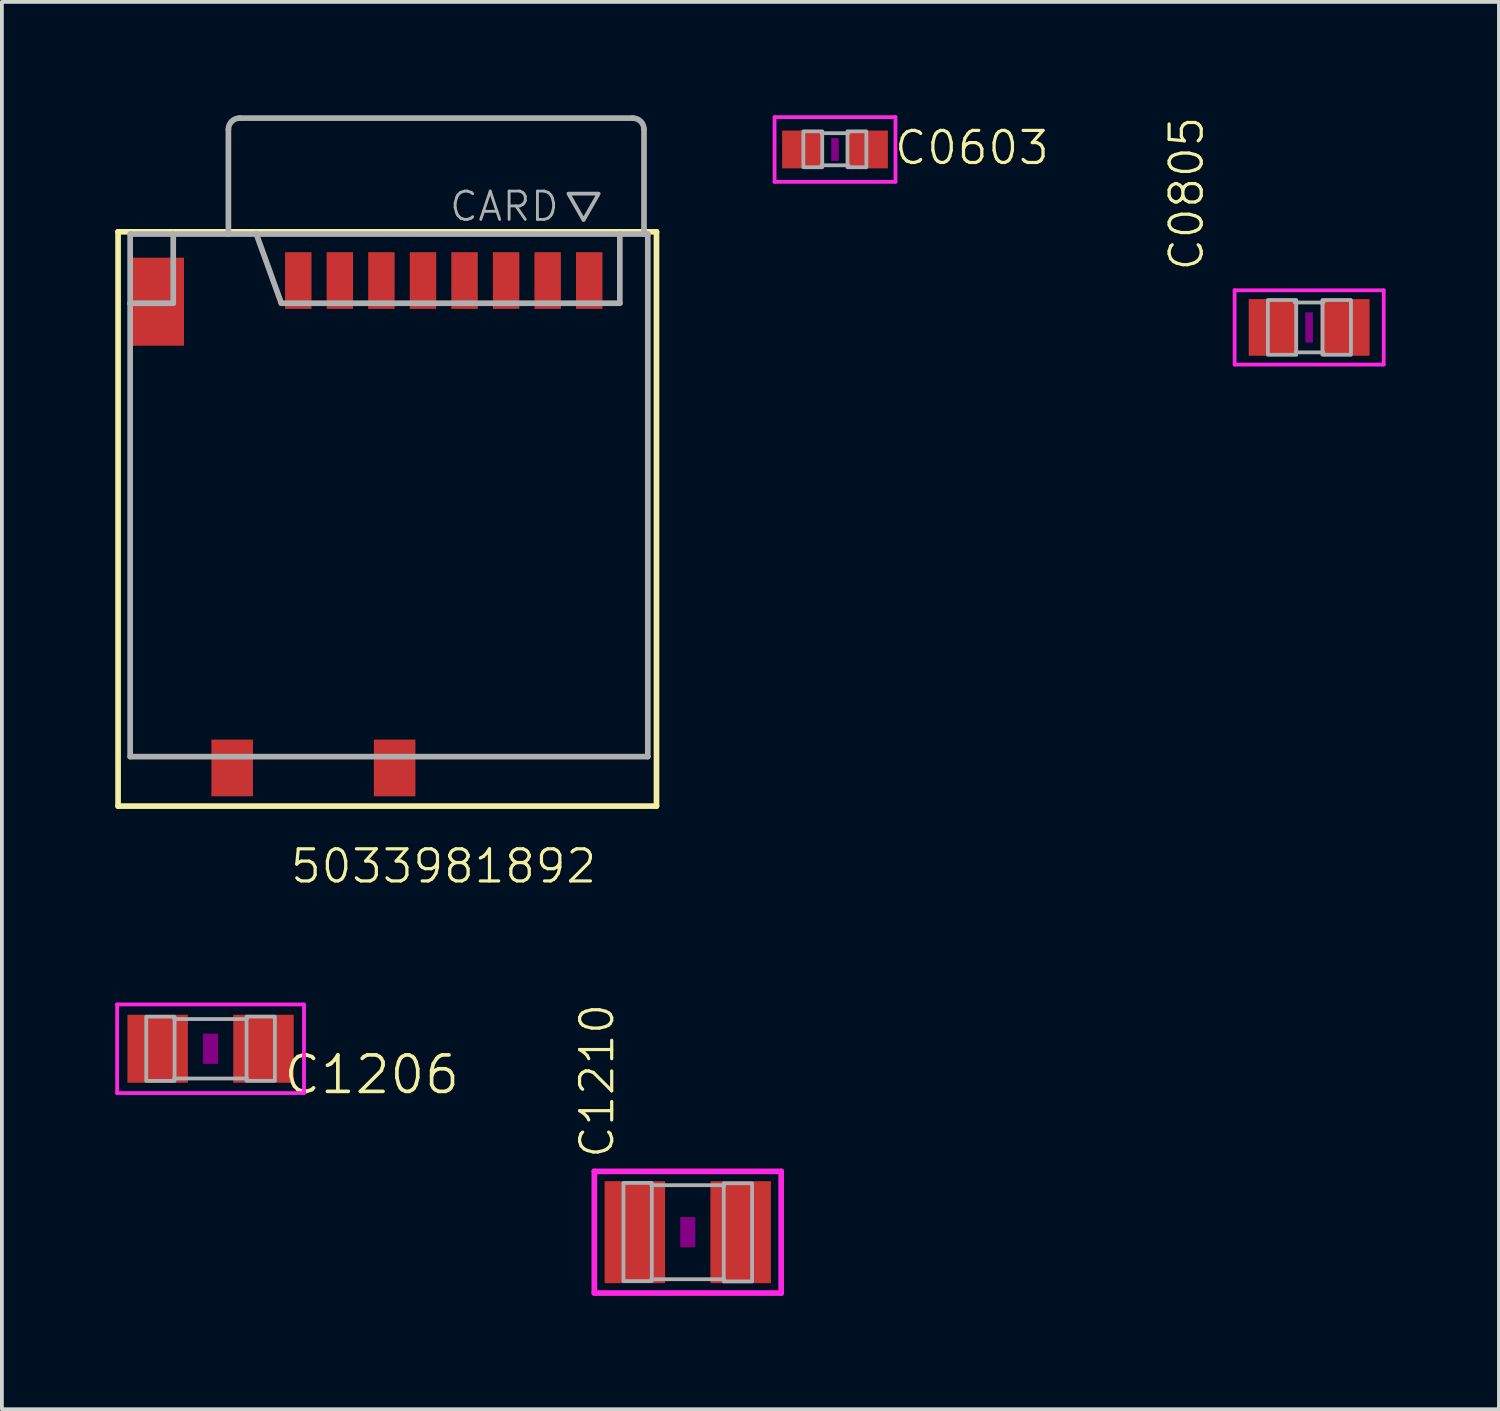
<source format=kicad_pcb>
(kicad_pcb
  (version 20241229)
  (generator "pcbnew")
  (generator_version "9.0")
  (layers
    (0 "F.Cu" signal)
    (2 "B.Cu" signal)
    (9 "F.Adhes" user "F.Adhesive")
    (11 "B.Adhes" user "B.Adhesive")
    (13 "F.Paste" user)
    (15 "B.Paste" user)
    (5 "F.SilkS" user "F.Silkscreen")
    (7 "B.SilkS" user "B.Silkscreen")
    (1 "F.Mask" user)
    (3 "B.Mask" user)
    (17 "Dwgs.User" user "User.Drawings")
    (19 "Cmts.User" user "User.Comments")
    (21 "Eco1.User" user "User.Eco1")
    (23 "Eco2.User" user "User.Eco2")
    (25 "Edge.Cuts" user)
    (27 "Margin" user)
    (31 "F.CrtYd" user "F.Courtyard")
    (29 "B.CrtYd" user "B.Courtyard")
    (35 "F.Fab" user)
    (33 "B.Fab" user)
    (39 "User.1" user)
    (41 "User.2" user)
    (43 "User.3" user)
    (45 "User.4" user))
  (footprint "5033981892"
    (layer "F.Cu")
    (at 0.395 16.975)
    (property "Reference" "5033981892" (at 12.399 2.404 0) (layer "F.SilkS") (effects (font (size 0.85 0.85) (thickness 0.085)) (justify right top)))
    (attr smd)
    (fp_line (start -0.32 -13.89) (end 13.93 -13.89) (stroke (width 0.15) (type solid)) (layer "F.SilkS"))
    (fp_line (start -0.32 1.31) (end -0.32 -13.89) (stroke (width 0.15) (type solid)) (layer "F.SilkS"))
    (fp_line (start 13.93 -13.89) (end 13.93 1.31) (stroke (width 0.15) (type solid)) (layer "F.SilkS"))
    (fp_line (start 13.93 1.31) (end -0.32 1.31) (stroke (width 0.15) (type solid)) (layer "F.SilkS"))
    (fp_line (start 0 -12) (end 0 -13.83) (stroke (width 0.15) (type solid)) (layer "F.Fab"))
    (fp_line (start 0 0) (end 0 -12) (stroke (width 0.15) (type solid)) (layer "F.Fab"))
    (fp_line (start 1.14 -13.83) (end 0 -13.83) (stroke (width 0.15) (type solid)) (layer "F.Fab"))
    (fp_line (start 1.14 -13.83) (end 1.14 -12) (stroke (width 0.15) (type solid)) (layer "F.Fab"))
    (fp_line (start 1.14 -12) (end 0 -12) (stroke (width 0.15) (type solid)) (layer "F.Fab"))
    (fp_line (start 2.6 -16.6) (end 2.6 -13.83) (stroke (width 0.15) (type solid)) (layer "F.Fab"))
    (fp_line (start 2.6 -13.83) (end 1.14 -13.83) (stroke (width 0.15) (type solid)) (layer "F.Fab"))
    (fp_line (start 3.34 -13.83) (end 2.6 -13.83) (stroke (width 0.15) (type solid)) (layer "F.Fab"))
    (fp_line (start 3.34 -13.83) (end 4 -12) (stroke (width 0.15) (type solid)) (layer "F.Fab"))
    (fp_line (start 12.96 -13.83) (end 3.34 -13.83) (stroke (width 0.15) (type solid)) (layer "F.Fab"))
    (fp_line (start 12.96 -13.83) (end 12.96 -12) (stroke (width 0.15) (type solid)) (layer "F.Fab"))
    (fp_line (start 12.96 -12) (end 4 -12) (stroke (width 0.15) (type solid)) (layer "F.Fab"))
    (fp_line (start 13.3 -16.9) (end 2.9 -16.9) (stroke (width 0.15) (type solid)) (layer "F.Fab"))
    (fp_line (start 13.6 -16.6) (end 13.6 -13.83) (stroke (width 0.15) (type solid)) (layer "F.Fab"))
    (fp_line (start 13.6 -13.83) (end 12.96 -13.83) (stroke (width 0.15) (type solid)) (layer "F.Fab"))
    (fp_line (start 13.6 -13.83) (end 13.7 -13.83) (stroke (width 0.15) (type solid)) (layer "F.Fab"))
    (fp_line (start 13.7 -13.83) (end 13.7 0) (stroke (width 0.15) (type solid)) (layer "F.Fab"))
    (fp_line (start 13.7 0) (end 0 0) (stroke (width 0.15) (type solid)) (layer "F.Fab"))
    (fp_arc (start 2.6 -16.6) (mid 2.687868 -16.812132) (end 2.9 -16.9) (stroke (width 0.15) (type solid)) (layer "F.Fab"))
    (fp_arc (start 13.3 -16.9) (mid 13.512132 -16.812132) (end 13.6 -16.6) (stroke (width 0.15) (type solid)) (layer "F.Fab"))
    (fp_poly (pts (xy 12.4 -14.9) (xy 12 -14.2) (xy 11.6 -14.9)) (stroke (width 0.1) (type solid)) (fill no) (layer "F.Fab"))
    (fp_text user "CARD" (at 11.4 -15 0) (layer "F.Fab") (effects (font (size 0.75 0.75) (thickness 0.075)) (justify right top)))
    (pad "1" smd rect (at 4.45 -12.6 180) (size 0.7 1.5) (layers "F.Cu" "F.Mask" "F.Paste"))
    (pad "2" smd rect (at 5.55 -12.6 180) (size 0.7 1.5) (layers "F.Cu" "F.Mask" "F.Paste"))
    (pad "3" smd rect (at 6.65 -12.6 180) (size 0.7 1.5) (layers "F.Cu" "F.Mask" "F.Paste"))
    (pad "4" smd rect (at 7.75 -12.6 180) (size 0.7 1.5) (layers "F.Cu" "F.Mask" "F.Paste"))
    (pad "5" smd rect (at 8.85 -12.6 180) (size 0.7 1.5) (layers "F.Cu" "F.Mask" "F.Paste"))
    (pad "6" smd rect (at 9.95 -12.6 180) (size 0.7 1.5) (layers "F.Cu" "F.Mask" "F.Paste"))
    (pad "7" smd rect (at 11.05 -12.6 180) (size 0.7 1.5) (layers "F.Cu" "F.Mask" "F.Paste"))
    (pad "8" smd rect (at 12.15 -12.6 180) (size 0.7 1.5) (layers "F.Cu" "F.Mask" "F.Paste"))
    (pad "S" smd rect (at 0.7 -12.04 180) (size 1.45 2.33) (layers "F.Cu" "F.Mask" "F.Paste"))
    (pad "SW1" smd rect (at 2.7 0.3 180) (size 1.1 1.5) (layers "F.Cu" "F.Mask" "F.Paste"))
    (pad "SW2" smd rect (at 7 0.3 180) (size 1.1 1.5) (layers "F.Cu" "F.Mask" "F.Paste")))
  (footprint "C0805"
    (layer "F.Cu")
    (at 31.599 5.616)
    (property "Reference" "C0805" (at -2.748 -1.443 270) (layer "F.SilkS") (effects (font (size 0.85 0.85) (thickness 0.085)) (justify left bottom)))
    (attr smd)
    (fp_poly (pts (xy -0.1 0.4) (xy 0.1 0.4) (xy 0.1 -0.4) (xy -0.1 -0.4)) (stroke (width 0) (type solid)) (fill yes) (layer "F.Adhes"))
    (fp_line (start -1.973 -0.983) (end 1.973 -0.983) (stroke (width 0.1) (type solid)) (layer "F.CrtYd"))
    (fp_line (start -1.973 0.983) (end -1.973 -0.983) (stroke (width 0.1) (type solid)) (layer "F.CrtYd"))
    (fp_line (start 1.973 -0.983) (end 1.973 0.983) (stroke (width 0.1) (type solid)) (layer "F.CrtYd"))
    (fp_line (start 1.973 0.983) (end -1.973 0.983) (stroke (width 0.1) (type solid)) (layer "F.CrtYd"))
    (fp_line (start -0.381 -0.66) (end 0.381 -0.66) (stroke (width 0.1) (type solid)) (layer "F.Fab"))
    (fp_line (start -0.356 0.66) (end 0.381 0.66) (stroke (width 0.1) (type solid)) (layer "F.Fab"))
    (fp_poly (pts (xy -1.092 0.724) (xy -0.342 0.724) (xy -0.342 -0.726) (xy -1.092 -0.726)) (stroke (width 0.1) (type solid)) (fill no) (layer "F.Fab"))
    (fp_poly (pts (xy 0.356 0.724) (xy 1.106 0.724) (xy 1.106 -0.726) (xy 0.356 -0.726)) (stroke (width 0.1) (type solid)) (fill no) (layer "F.Fab"))
    (pad "1" smd rect (at -0.95 0) (size 1.3 1.5) (layers "F.Cu" "F.Mask" "F.Paste"))
    (pad "2" smd rect (at 0.95 0) (size 1.3 1.5) (layers "F.Cu" "F.Mask" "F.Paste")))
  (footprint "C1210"
    (layer "F.Cu")
    (at 15.153 29.562)
    (property "Reference" "C1210" (at -1.905 -1.905 270) (layer "F.SilkS") (effects (font (size 0.85 0.85) (thickness 0.085)) (justify left bottom)))
    (attr smd)
    (fp_poly (pts (xy -0.2 0.4) (xy 0.2 0.4) (xy 0.2 -0.4) (xy -0.2 -0.4)) (stroke (width 0) (type solid)) (fill yes) (layer "F.Adhes"))
    (fp_line (start -2.473 -1.61) (end 2.473 -1.61) (stroke (width 0.15) (type solid)) (layer "F.CrtYd"))
    (fp_line (start -2.473 1.61) (end -2.473 -1.61) (stroke (width 0.15) (type solid)) (layer "F.CrtYd"))
    (fp_line (start 2.473 -1.61) (end 2.473 1.61) (stroke (width 0.15) (type solid)) (layer "F.CrtYd"))
    (fp_line (start 2.473 1.61) (end -2.473 1.61) (stroke (width 0.15) (type solid)) (layer "F.CrtYd"))
    (fp_line (start -0.965 -1.245) (end 0.965 -1.245) (stroke (width 0.1) (type solid)) (layer "F.Fab"))
    (fp_line (start -0.965 1.245) (end 0.965 1.245) (stroke (width 0.1) (type solid)) (layer "F.Fab"))
    (fp_poly (pts (xy -1.702 1.295) (xy -0.952 1.295) (xy -0.952 -1.304) (xy -1.702 -1.304)) (stroke (width 0.1) (type solid)) (fill no) (layer "F.Fab"))
    (fp_poly (pts (xy 0.952 1.304) (xy 1.702 1.304) (xy 1.702 -1.295) (xy 0.952 -1.295)) (stroke (width 0.1) (type solid)) (fill no) (layer "F.Fab"))
    (pad "1" smd rect (at -1.4 0) (size 1.6 2.7) (layers "F.Cu" "F.Mask" "F.Paste"))
    (pad "2" smd rect (at 1.4 0) (size 1.6 2.7) (layers "F.Cu" "F.Mask" "F.Paste")))
  (footprint "C1206"
    (layer "F.Cu")
    (at 2.523 24.707)
    (property "Reference" "C1206" (at 1.881 1.251 0) (layer "F.SilkS") (effects (font (size 0.965 0.965) (thickness 0.097)) (justify left bottom)))
    (attr smd)
    (fp_poly (pts (xy -0.2 0.4) (xy 0.2 0.4) (xy 0.2 -0.4) (xy -0.2 -0.4)) (stroke (width 0) (type solid)) (fill yes) (layer "F.Adhes"))
    (fp_line (start -2.473 -1.173) (end 2.473 -1.173) (stroke (width 0.1) (type solid)) (layer "F.CrtYd"))
    (fp_line (start -2.473 1.173) (end -2.473 -1.173) (stroke (width 0.1) (type solid)) (layer "F.CrtYd"))
    (fp_line (start 2.473 -1.173) (end 2.473 1.173) (stroke (width 0.1) (type solid)) (layer "F.CrtYd"))
    (fp_line (start 2.473 1.173) (end -2.473 1.173) (stroke (width 0.1) (type solid)) (layer "F.CrtYd"))
    (fp_line (start -0.965 -0.787) (end 0.965 -0.787) (stroke (width 0.1) (type solid)) (layer "F.Fab"))
    (fp_line (start -0.965 0.787) (end 0.965 0.787) (stroke (width 0.1) (type solid)) (layer "F.Fab"))
    (fp_poly (pts (xy -1.702 0.851) (xy -0.952 0.851) (xy -0.952 -0.849) (xy -1.702 -0.849)) (stroke (width 0.1) (type solid)) (fill no) (layer "F.Fab"))
    (fp_poly (pts (xy 0.952 0.849) (xy 1.702 0.849) (xy 1.702 -0.851) (xy 0.952 -0.851)) (stroke (width 0.1) (type solid)) (fill no) (layer "F.Fab"))
    (pad "1" smd rect (at -1.4 0) (size 1.6 1.8) (layers "F.Cu" "F.Mask" "F.Paste"))
    (pad "2" smd rect (at 1.4 0) (size 1.6 1.8) (layers "F.Cu" "F.Mask" "F.Paste")))
  (footprint "C0603"
    (layer "F.Cu")
    (at 19.05 0.906)
    (property "Reference" "C0603" (at 1.523 0.453 0) (layer "F.SilkS") (effects (font (size 0.85 0.85) (thickness 0.085)) (justify left bottom)))
    (attr smd)
    (fp_poly (pts (xy -0.1 0.3) (xy 0.1 0.3) (xy 0.1 -0.3) (xy -0.1 -0.3)) (stroke (width 0) (type solid)) (fill yes) (layer "F.Adhes"))
    (fp_line (start -1.6 -0.856) (end 1.6 -0.856) (stroke (width 0.1) (type solid)) (layer "F.CrtYd"))
    (fp_line (start -1.6 0.856) (end -1.6 -0.856) (stroke (width 0.1) (type solid)) (layer "F.CrtYd"))
    (fp_line (start 1.6 -0.856) (end 1.6 0.856) (stroke (width 0.1) (type solid)) (layer "F.CrtYd"))
    (fp_line (start 1.6 0.856) (end -1.6 0.856) (stroke (width 0.1) (type solid)) (layer "F.CrtYd"))
    (fp_line (start -0.356 -0.432) (end 0.356 -0.432) (stroke (width 0.1) (type solid)) (layer "F.Fab"))
    (fp_line (start -0.356 0.419) (end 0.356 0.419) (stroke (width 0.1) (type solid)) (layer "F.Fab"))
    (fp_poly (pts (xy -0.838 0.47) (xy -0.338 0.47) (xy -0.338 -0.48) (xy -0.838 -0.48)) (stroke (width 0.1) (type solid)) (fill no) (layer "F.Fab"))
    (fp_poly (pts (xy 0.33 0.47) (xy 0.83 0.47) (xy 0.83 -0.48) (xy 0.33 -0.48)) (stroke (width 0.1) (type solid)) (fill no) (layer "F.Fab"))
    (pad "1" smd rect (at -0.85 0) (size 1.1 1) (layers "F.Cu" "F.Mask" "F.Paste"))
    (pad "2" smd rect (at 0.85 0) (size 1.1 1) (layers "F.Cu" "F.Mask" "F.Paste")))
  (gr_rect
    (start -3 -3)
    (end 36.622 34.247)
    (stroke (width 0.1) (type default))
    (fill no)
    (layer "Edge.Cuts")))
</source>
